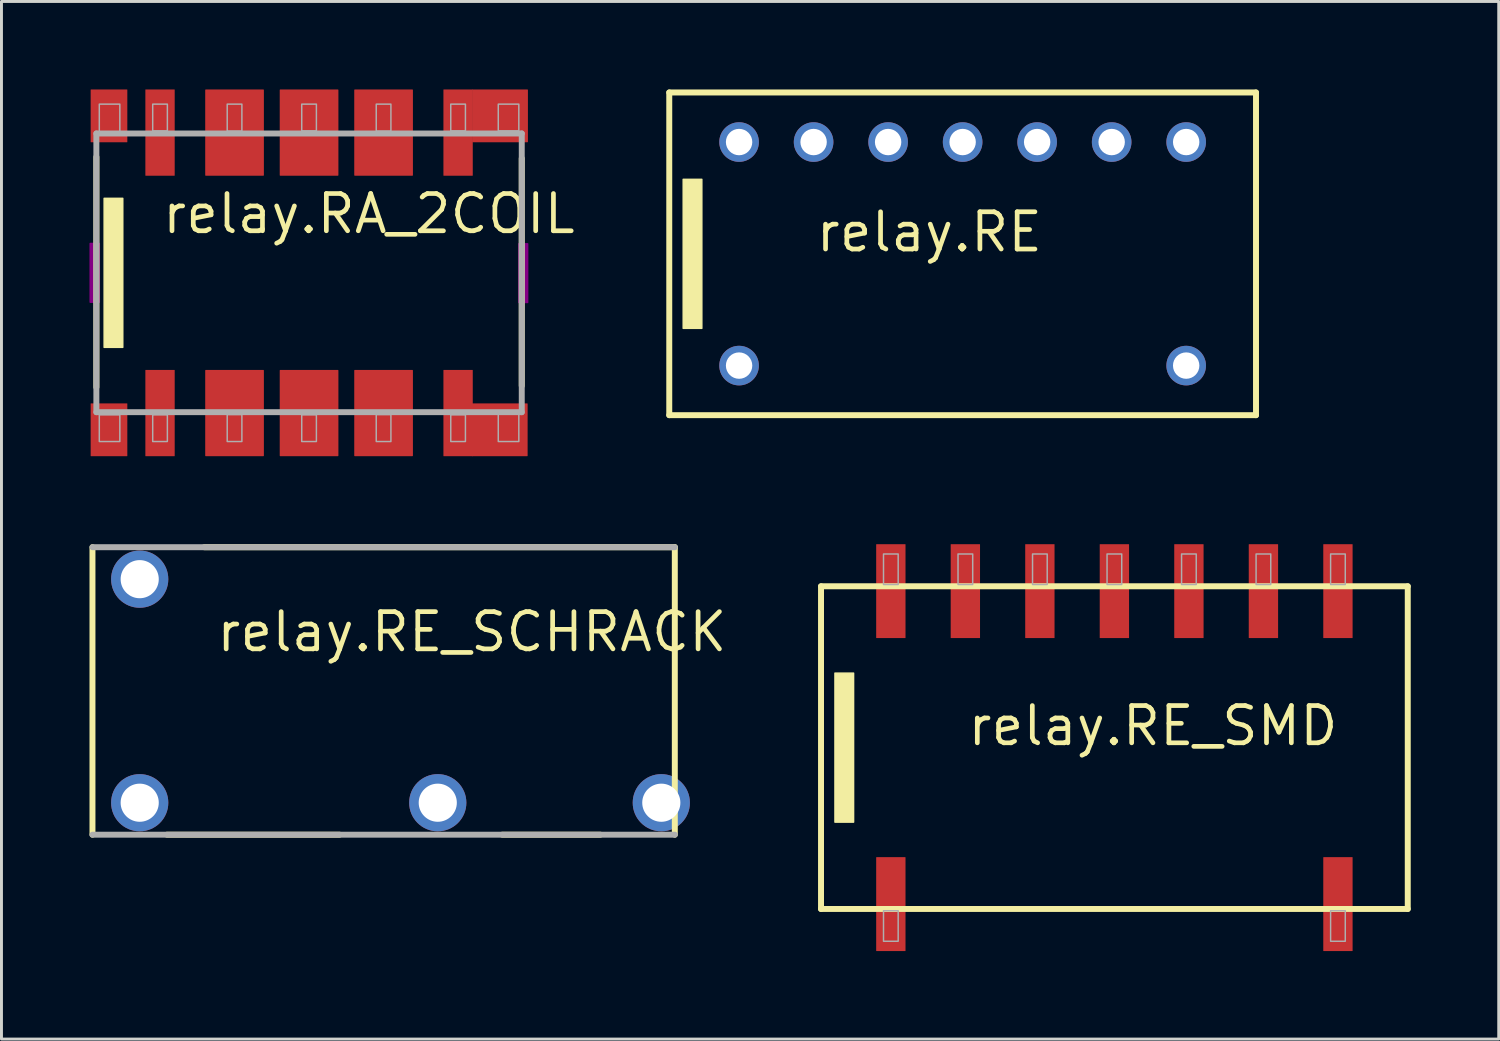
<source format=kicad_pcb>
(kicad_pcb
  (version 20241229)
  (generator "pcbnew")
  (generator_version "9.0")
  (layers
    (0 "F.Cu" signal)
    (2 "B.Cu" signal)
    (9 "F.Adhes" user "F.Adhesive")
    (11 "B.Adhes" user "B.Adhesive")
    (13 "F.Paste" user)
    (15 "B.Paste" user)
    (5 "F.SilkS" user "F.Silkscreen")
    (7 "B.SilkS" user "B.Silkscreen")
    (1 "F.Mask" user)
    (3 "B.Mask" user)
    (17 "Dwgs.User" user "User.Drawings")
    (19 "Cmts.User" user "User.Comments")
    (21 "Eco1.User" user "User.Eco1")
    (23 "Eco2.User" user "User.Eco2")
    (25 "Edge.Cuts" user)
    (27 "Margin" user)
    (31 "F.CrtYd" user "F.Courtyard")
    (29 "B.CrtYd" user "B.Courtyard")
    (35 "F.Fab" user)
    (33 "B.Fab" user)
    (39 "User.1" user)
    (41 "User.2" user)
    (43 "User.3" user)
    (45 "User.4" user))
  (footprint "relay.RE_SCHRACK"
    (layer "F.Cu")
    (at 10.602 20.502)
    (property "Reference" "relay.RE_SCHRACK" (at -6.35 -1.27 0) (layer "F.SilkS") (effects (font (size 1.27 1.27) (thickness 0.16)) (justify left bottom)))
    (attr through_hole)
    (fp_line (start -10.5 4.9) (end -10.5 -4.9) (stroke (width 0.203) (type default)) (layer "F.SilkS"))
    (fp_line (start -6.69 -4.9) (end 9.35 -4.9) (stroke (width 0.203) (type default)) (layer "F.SilkS"))
    (fp_line (start -2.08 4.9) (end -7.96 4.9) (stroke (width 0.203) (type default)) (layer "F.SilkS"))
    (fp_line (start 6.81 4.9) (end 3.47 4.9) (stroke (width 0.203) (type default)) (layer "F.SilkS"))
    (fp_line (start 9.35 -4.9) (end 9.35 4.9) (stroke (width 0.203) (type default)) (layer "F.SilkS"))
    (fp_line (start -10.5 -4.9) (end 9.35 -4.9) (stroke (width 0.203) (type default)) (layer "F.Fab"))
    (fp_line (start 9.35 4.9) (end -10.5 4.9) (stroke (width 0.203) (type default)) (layer "F.Fab"))
    (pad "11" thru_hole circle (at 8.89 3.81 180) (size 1.95 1.95) (drill 1.3) (layers "*.Cu" "*.Mask"))
    (pad "14" thru_hole circle (at 1.27 3.81 180) (size 1.95 1.95) (drill 1.3) (layers "*.Cu" "*.Mask"))
    (pad "A1" thru_hole circle (at -8.89 3.81 180) (size 1.95 1.95) (drill 1.3) (layers "*.Cu" "*.Mask"))
    (pad "A2" thru_hole circle (at -8.89 -3.81 180) (size 1.95 1.95) (drill 1.3) (layers "*.Cu" "*.Mask")))
  (footprint "relay.RE_SMD"
    (layer "F.Cu")
    (at 34.936 22.434)
    (property "Reference" "relay.RE_SMD" (at -5.08 0 0) (layer "F.SilkS") (effects (font (size 1.27 1.27) (thickness 0.16)) (justify left bottom)))
    (attr smd)
    (fp_line (start -10 -5.5) (end 10 -5.5) (stroke (width 0.203) (type default)) (layer "F.SilkS"))
    (fp_line (start -10 5.5) (end -10 -5.5) (stroke (width 0.203) (type default)) (layer "F.SilkS"))
    (fp_line (start 10 -5.5) (end 10 5.5) (stroke (width 0.203) (type default)) (layer "F.SilkS"))
    (fp_line (start 10 5.5) (end -10 5.5) (stroke (width 0.203) (type default)) (layer "F.SilkS"))
    (fp_rect (start -9.525 2.54) (end -8.89 -2.54) (stroke (width 0.05) (type default)) (fill yes) (layer "F.SilkS"))
    (fp_rect (start -7.87 -5.56) (end -7.37 -6.6) (stroke (width 0.05) (type default)) (fill no) (layer "F.Fab"))
    (fp_rect (start -7.87 6.6) (end -7.37 5.56) (stroke (width 0.05) (type default)) (fill no) (layer "F.Fab"))
    (fp_rect (start -5.33 -5.56) (end -4.83 -6.6) (stroke (width 0.05) (type default)) (fill no) (layer "F.Fab"))
    (fp_rect (start -2.79 -5.56) (end -2.29 -6.6) (stroke (width 0.05) (type default)) (fill no) (layer "F.Fab"))
    (fp_rect (start -0.25 -5.56) (end 0.25 -6.6) (stroke (width 0.05) (type default)) (fill no) (layer "F.Fab"))
    (fp_rect (start 2.29 -5.56) (end 2.79 -6.6) (stroke (width 0.05) (type default)) (fill no) (layer "F.Fab"))
    (fp_rect (start 4.83 -5.56) (end 5.33 -6.6) (stroke (width 0.05) (type default)) (fill no) (layer "F.Fab"))
    (fp_rect (start 7.37 -5.56) (end 7.87 -6.6) (stroke (width 0.05) (type default)) (fill no) (layer "F.Fab"))
    (fp_rect (start 7.37 6.6) (end 7.87 5.56) (stroke (width 0.05) (type default)) (fill no) (layer "F.Fab"))
    (pad "1" smd roundrect (at -7.62 5.334) (size 1 3.2) (layers "F.Cu" "F.Mask" "F.Paste") (roundrect_rratio 0.01))
    (pad "7" smd roundrect (at 7.62 5.334) (size 1 3.2) (layers "F.Cu" "F.Mask" "F.Paste") (roundrect_rratio 0.01))
    (pad "8" smd roundrect (at 7.62 -5.334 180) (size 1 3.2) (layers "F.Cu" "F.Mask" "F.Paste") (roundrect_rratio 0.01))
    (pad "9" smd roundrect (at 5.08 -5.334 180) (size 1 3.2) (layers "F.Cu" "F.Mask" "F.Paste") (roundrect_rratio 0.01))
    (pad "10" smd roundrect (at 2.54 -5.334 180) (size 1 3.2) (layers "F.Cu" "F.Mask" "F.Paste") (roundrect_rratio 0.01))
    (pad "11" smd roundrect (at 0 -5.334 180) (size 1 3.2) (layers "F.Cu" "F.Mask" "F.Paste") (roundrect_rratio 0.01))
    (pad "12" smd roundrect (at -2.54 -5.334 180) (size 1 3.2) (layers "F.Cu" "F.Mask" "F.Paste") (roundrect_rratio 0.01))
    (pad "13" smd roundrect (at -5.08 -5.334 180) (size 1 3.2) (layers "F.Cu" "F.Mask" "F.Paste") (roundrect_rratio 0.01))
    (pad "14" smd roundrect (at -7.62 -5.334 180) (size 1 3.2) (layers "F.Cu" "F.Mask" "F.Paste") (roundrect_rratio 0.01)))
  (footprint "relay.RA_2COIL"
    (layer "F.Cu")
    (at 7.485 6.25)
    (property "Reference" "relay.RA_2COIL" (at -5.08 -1.27 0) (layer "F.SilkS") (effects (font (size 1.27 1.27) (thickness 0.16)) (justify left bottom)))
    (attr smd)
    (fp_line (start -7.25 -3.95) (end -7.25 3.9) (stroke (width 0.203) (type default)) (layer "F.SilkS"))
    (fp_line (start 7.25 3.85) (end 7.25 -3.9) (stroke (width 0.203) (type default)) (layer "F.SilkS"))
    (fp_rect (start -6.985 2.54) (end -6.35 -2.54) (stroke (width 0.05) (type default)) (fill yes) (layer "F.SilkS"))
    (fp_rect (start -7.46 1) (end -7.15 -1) (stroke (width 0.05) (type default)) (fill yes) (layer "F.Adhes"))
    (fp_rect (start 7.15 1.01) (end 7.45 -0.99) (stroke (width 0.05) (type default)) (fill yes) (layer "F.Adhes"))
    (fp_line (start -7.25 -4.75) (end 7.25 -4.75) (stroke (width 0.203) (type default)) (layer "F.Fab"))
    (fp_line (start -7.25 4.75) (end -7.25 -4.75) (stroke (width 0.203) (type default)) (layer "F.Fab"))
    (fp_line (start 7.25 -4.75) (end 7.25 4.75) (stroke (width 0.203) (type default)) (layer "F.Fab"))
    (fp_line (start 7.25 4.75) (end -7.25 4.75) (stroke (width 0.203) (type default)) (layer "F.Fab"))
    (fp_rect (start -7.15 -4.8) (end -6.45 -5.75) (stroke (width 0.05) (type default)) (fill no) (layer "F.Fab"))
    (fp_rect (start -7.15 5.75) (end -6.45 4.84) (stroke (width 0.05) (type default)) (fill no) (layer "F.Fab"))
    (fp_rect (start -5.33 -4.84) (end -4.83 -5.75) (stroke (width 0.05) (type default)) (fill no) (layer "F.Fab"))
    (fp_rect (start -5.33 5.75) (end -4.83 4.84) (stroke (width 0.05) (type default)) (fill no) (layer "F.Fab"))
    (fp_rect (start -2.79 -4.83) (end -2.29 -5.75) (stroke (width 0.05) (type default)) (fill no) (layer "F.Fab"))
    (fp_rect (start -2.79 5.75) (end -2.29 4.83) (stroke (width 0.05) (type default)) (fill no) (layer "F.Fab"))
    (fp_rect (start -0.25 -4.84) (end 0.25 -5.75) (stroke (width 0.05) (type default)) (fill no) (layer "F.Fab"))
    (fp_rect (start -0.25 5.75) (end 0.25 4.84) (stroke (width 0.05) (type default)) (fill no) (layer "F.Fab"))
    (fp_rect (start 2.29 -4.83) (end 2.79 -5.75) (stroke (width 0.05) (type default)) (fill no) (layer "F.Fab"))
    (fp_rect (start 2.29 5.75) (end 2.79 4.83) (stroke (width 0.05) (type default)) (fill no) (layer "F.Fab"))
    (fp_rect (start 4.83 -4.84) (end 5.33 -5.75) (stroke (width 0.05) (type default)) (fill no) (layer "F.Fab"))
    (fp_rect (start 4.83 5.75) (end 5.33 4.84) (stroke (width 0.05) (type default)) (fill no) (layer "F.Fab"))
    (fp_rect (start 6.45 -4.84) (end 7.15 -5.75) (stroke (width 0.05) (type default)) (fill no) (layer "F.Fab"))
    (fp_rect (start 6.45 5.75) (end 7.15 4.8) (stroke (width 0.05) (type default)) (fill no) (layer "F.Fab"))
    (pad "1" smd roundrect (at -5.08 4.78) (size 1 2.94) (layers "F.Cu" "F.Mask" "F.Paste") (roundrect_rratio 0.01))
    (pad "2" smd roundrect (at -2.54 4.78) (size 2 2.94) (layers "F.Cu" "F.Mask" "F.Paste") (roundrect_rratio 0.01))
    (pad "3" smd roundrect (at 0 4.78) (size 2 2.94) (layers "F.Cu" "F.Mask" "F.Paste") (roundrect_rratio 0.01))
    (pad "4" smd roundrect (at 2.54 4.78) (size 2 2.94) (layers "F.Cu" "F.Mask" "F.Paste") (roundrect_rratio 0.01))
    (pad "5" smd roundrect (at 5.08 4.78) (size 1 2.94) (layers "F.Cu" "F.Mask" "F.Paste") (roundrect_rratio 0.01))
    (pad "5.1" smd roundrect (at 6.5 5.35) (size 1.9 1.8) (layers "F.Cu" "F.Mask" "F.Paste") (roundrect_rratio 0.01))
    (pad "6" smd roundrect (at 5.08 -4.78) (size 1 2.94) (layers "F.Cu" "F.Mask" "F.Paste") (roundrect_rratio 0.01))
    (pad "6.1" smd roundrect (at 6.51 -5.35) (size 1.9 1.8) (layers "F.Cu" "F.Mask" "F.Paste") (roundrect_rratio 0.01))
    (pad "7" smd roundrect (at 2.54 -4.78) (size 2 2.94) (layers "F.Cu" "F.Mask" "F.Paste") (roundrect_rratio 0.01))
    (pad "8" smd roundrect (at 0 -4.78) (size 2 2.94) (layers "F.Cu" "F.Mask" "F.Paste") (roundrect_rratio 0.01))
    (pad "9" smd roundrect (at -2.54 -4.78) (size 2 2.94) (layers "F.Cu" "F.Mask" "F.Paste") (roundrect_rratio 0.01))
    (pad "10" smd roundrect (at -5.08 -4.78) (size 1 2.94) (layers "F.Cu" "F.Mask" "F.Paste") (roundrect_rratio 0.01))
    (pad "S1" smd roundrect (at -6.82 5.35) (size 1.25 1.8) (layers "F.Cu" "F.Mask" "F.Paste") (roundrect_rratio 0.01))
    (pad "S4" smd roundrect (at -6.82 -5.35) (size 1.25 1.8) (layers "F.Cu" "F.Mask" "F.Paste") (roundrect_rratio 0.01)))
  (footprint "relay.RE"
    (layer "F.Cu")
    (at 29.763 5.602)
    (property "Reference" "relay.RE" (at -5.08 0 0) (layer "F.SilkS") (effects (font (size 1.27 1.27) (thickness 0.16)) (justify left bottom)))
    (attr through_hole)
    (fp_line (start -10 -5.5) (end 10 -5.5) (stroke (width 0.203) (type default)) (layer "F.SilkS"))
    (fp_line (start -10 5.5) (end -10 -5.5) (stroke (width 0.203) (type default)) (layer "F.SilkS"))
    (fp_line (start 10 -5.5) (end 10 5.5) (stroke (width 0.203) (type default)) (layer "F.SilkS"))
    (fp_line (start 10 5.5) (end -10 5.5) (stroke (width 0.203) (type default)) (layer "F.SilkS"))
    (fp_rect (start -9.525 2.54) (end -8.89 -2.54) (stroke (width 0.05) (type default)) (fill yes) (layer "F.SilkS"))
    (pad "1" thru_hole circle (at -7.62 3.81) (size 1.35 1.35) (drill 0.9) (layers "*.Cu" "*.Mask"))
    (pad "7" thru_hole circle (at 7.62 3.81) (size 1.35 1.35) (drill 0.9) (layers "*.Cu" "*.Mask"))
    (pad "8" thru_hole circle (at 7.62 -3.81) (size 1.35 1.35) (drill 0.9) (layers "*.Cu" "*.Mask"))
    (pad "9" thru_hole circle (at 5.08 -3.81) (size 1.35 1.35) (drill 0.9) (layers "*.Cu" "*.Mask"))
    (pad "10" thru_hole circle (at 2.54 -3.81) (size 1.35 1.35) (drill 0.9) (layers "*.Cu" "*.Mask"))
    (pad "11" thru_hole circle (at 0 -3.81) (size 1.35 1.35) (drill 0.9) (layers "*.Cu" "*.Mask"))
    (pad "12" thru_hole circle (at -2.54 -3.81) (size 1.35 1.35) (drill 0.9) (layers "*.Cu" "*.Mask"))
    (pad "13" thru_hole circle (at -5.08 -3.81) (size 1.35 1.35) (drill 0.9) (layers "*.Cu" "*.Mask"))
    (pad "14" thru_hole circle (at -7.62 -3.81) (size 1.35 1.35) (drill 0.9) (layers "*.Cu" "*.Mask")))
  (gr_rect
    (start -3 -3)
    (end 48.037 32.368)
    (stroke (width 0.1) (type default))
    (fill no)
    (layer "Edge.Cuts")))
</source>
